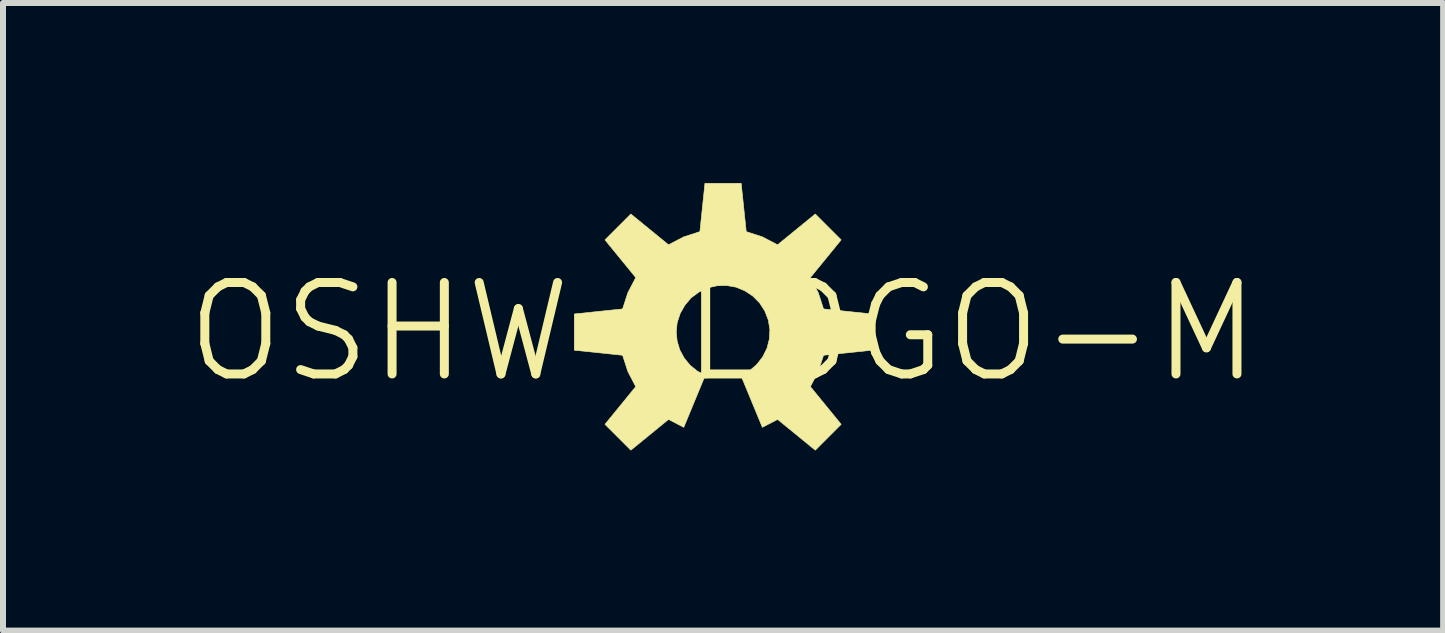
<source format=kicad_pcb>
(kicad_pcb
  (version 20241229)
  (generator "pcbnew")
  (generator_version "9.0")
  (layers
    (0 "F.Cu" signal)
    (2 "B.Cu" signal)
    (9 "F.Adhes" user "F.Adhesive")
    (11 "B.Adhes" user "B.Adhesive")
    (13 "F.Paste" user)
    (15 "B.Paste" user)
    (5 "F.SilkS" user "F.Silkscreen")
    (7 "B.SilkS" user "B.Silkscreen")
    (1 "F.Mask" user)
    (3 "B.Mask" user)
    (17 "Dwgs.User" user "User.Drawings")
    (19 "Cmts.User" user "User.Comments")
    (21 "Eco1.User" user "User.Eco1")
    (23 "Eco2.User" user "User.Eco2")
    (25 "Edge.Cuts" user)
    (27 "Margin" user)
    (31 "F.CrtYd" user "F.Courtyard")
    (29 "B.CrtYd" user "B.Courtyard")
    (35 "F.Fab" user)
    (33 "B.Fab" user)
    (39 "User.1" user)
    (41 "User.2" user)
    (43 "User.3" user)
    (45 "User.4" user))
  (footprint "OSHW-LOGO-M"
    (layer "F.Cu")
    (at 8.999 2.484)
    (property "Reference" "OSHW-LOGO-M" (at 0 0 0) (layer "F.SilkS") (effects (font (size 1.524 1.524) (thickness 0.15))))
    (attr exclude_from_pos_files exclude_from_bom)
    (fp_poly (pts (xy 0.655 1.587) (xy 0.909 1.455) (xy 1.537 1.968) (xy 1.968 1.537) (xy 1.455 0.909) (xy 1.587 0.655) (xy 1.674 0.386) (xy 2.479 0.302) (xy 2.479 -0.302) (xy 1.674 -0.386) (xy 1.587 -0.655) (xy 1.455 -0.909) (xy 1.968 -1.537) (xy 1.537 -1.968) (xy 0.909 -1.455) (xy 0.655 -1.587) (xy 0.386 -1.674) (xy 0.302 -2.479) (xy -0.302 -2.479) (xy -0.386 -1.674) (xy -0.655 -1.587) (xy -0.909 -1.455) (xy -1.537 -1.968) (xy -1.968 -1.537) (xy -1.455 -0.909) (xy -1.587 -0.655) (xy -1.674 -0.386) (xy -2.479 -0.302) (xy -2.479 0.302) (xy -1.674 0.386) (xy -1.587 0.655) (xy -1.455 0.909) (xy -1.968 1.537) (xy -1.537 1.968) (xy -0.909 1.455) (xy -0.655 1.587) (xy -0.297 0.721) (xy -0.432 0.648) (xy -0.551 0.551) (xy -0.648 0.432) (xy -0.721 0.297) (xy -0.765 0.152) (xy -0.78 0) (xy -0.765 -0.157) (xy -0.714 -0.312) (xy -0.635 -0.45) (xy -0.531 -0.572) (xy -0.401 -0.668) (xy -0.257 -0.737) (xy -0.102 -0.772) (xy 0.056 -0.777) (xy 0.216 -0.749) (xy 0.363 -0.688) (xy 0.498 -0.599) (xy 0.61 -0.485) (xy 0.696 -0.351) (xy 0.754 -0.201) (xy 0.78 -0.043) (xy 0.772 0.114) (xy 0.732 0.269) (xy 0.66 0.414) (xy 0.561 0.541) (xy 0.439 0.645) (xy 0.297 0.721)) (stroke (width 0.01) (type solid)) (fill yes) (layer "F.SilkS")))
  (gr_rect
    (start -3 -3)
    (end 20.998 7.458)
    (stroke (width 0.1) (type default))
    (fill no)
    (layer "Edge.Cuts")))
</source>
